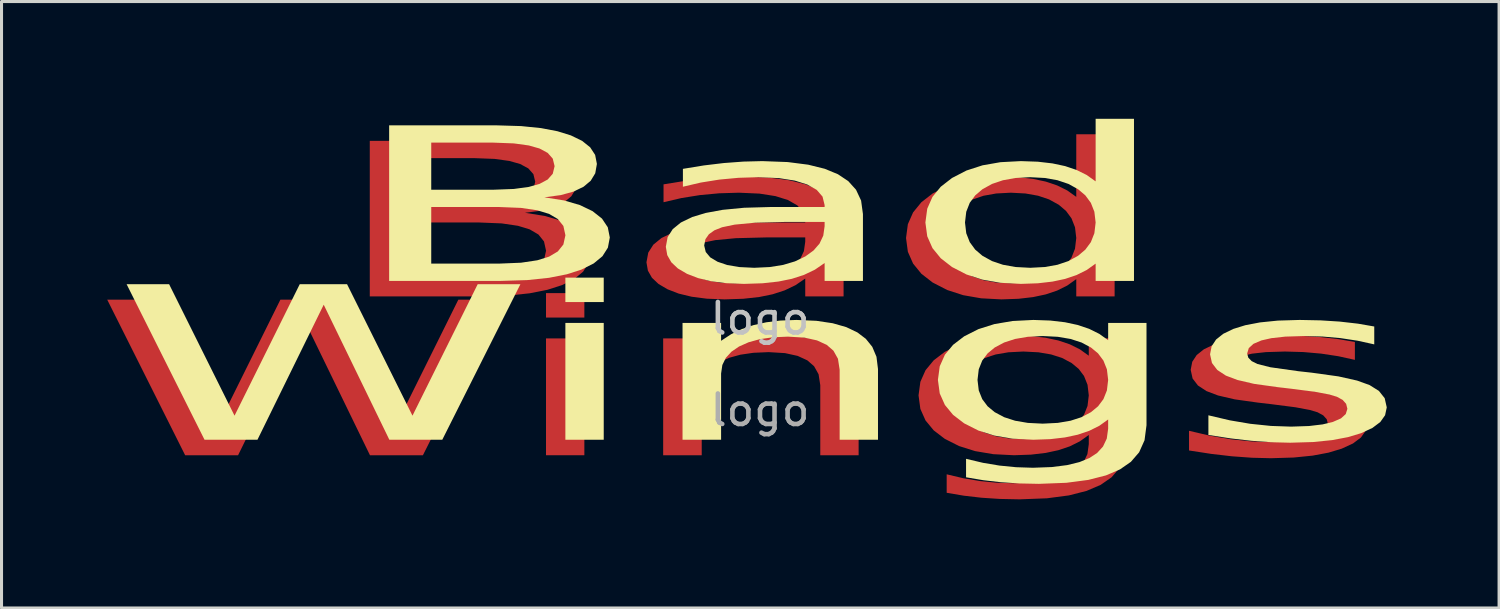
<source format=kicad_pcb>
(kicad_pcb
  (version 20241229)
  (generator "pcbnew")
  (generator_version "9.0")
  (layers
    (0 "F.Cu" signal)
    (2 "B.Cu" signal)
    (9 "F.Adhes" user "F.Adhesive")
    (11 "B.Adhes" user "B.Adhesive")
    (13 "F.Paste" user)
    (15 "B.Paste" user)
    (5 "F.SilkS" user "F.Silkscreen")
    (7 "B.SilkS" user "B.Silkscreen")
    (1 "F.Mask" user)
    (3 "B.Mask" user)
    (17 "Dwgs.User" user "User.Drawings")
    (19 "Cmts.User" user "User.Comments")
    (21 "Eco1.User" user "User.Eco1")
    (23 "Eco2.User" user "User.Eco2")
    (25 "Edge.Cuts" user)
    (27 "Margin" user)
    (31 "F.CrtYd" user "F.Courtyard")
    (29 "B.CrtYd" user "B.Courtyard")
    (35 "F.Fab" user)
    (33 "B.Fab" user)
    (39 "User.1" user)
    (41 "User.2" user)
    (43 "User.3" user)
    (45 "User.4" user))
  (footprint "logo"
    (layer "F.Cu")
    (at 21.865 7.894)
    (property "Reference" "logo" (at 0 -0.5 0) (unlocked yes) (layer "Dwgs.User") (effects (font (size 1 1) (thickness 0.15))))
    (attr smd)
    (fp_text user "Wings" (at -0.635 1.905 0) (unlocked yes) (layer "F.Cu") (effects (font (face "a Another Tag") (size 5 10) (thickness 0.15))))
    (fp_text user "Bad" (at -0.635 -3.302 0) (unlocked yes) (layer "F.Cu") (effects (font (face "a Another Tag") (size 5 10) (thickness 0.15))))
    (fp_text user "Bad" (at 0 -3.81 0) (unlocked yes) (layer "F.SilkS") (effects (font (face "a Another Tag") (size 5 10) (thickness 0.15))))
    (fp_text user "Wings" (at 0 1.397 0) (unlocked yes) (layer "F.SilkS") (effects (font (face "a Another Tag") (size 5 10) (thickness 0.15))))
    (fp_text user "${REFERENCE}" (at 0 2.5 0) (unlocked yes) (layer "F.Fab") (effects (font (size 1 1) (thickness 0.15)))))
  (gr_rect
    (start -3 -3)
    (end 46.094 16.882)
    (stroke (width 0.1) (type default))
    (fill no)
    (layer "Edge.Cuts")))
</source>
